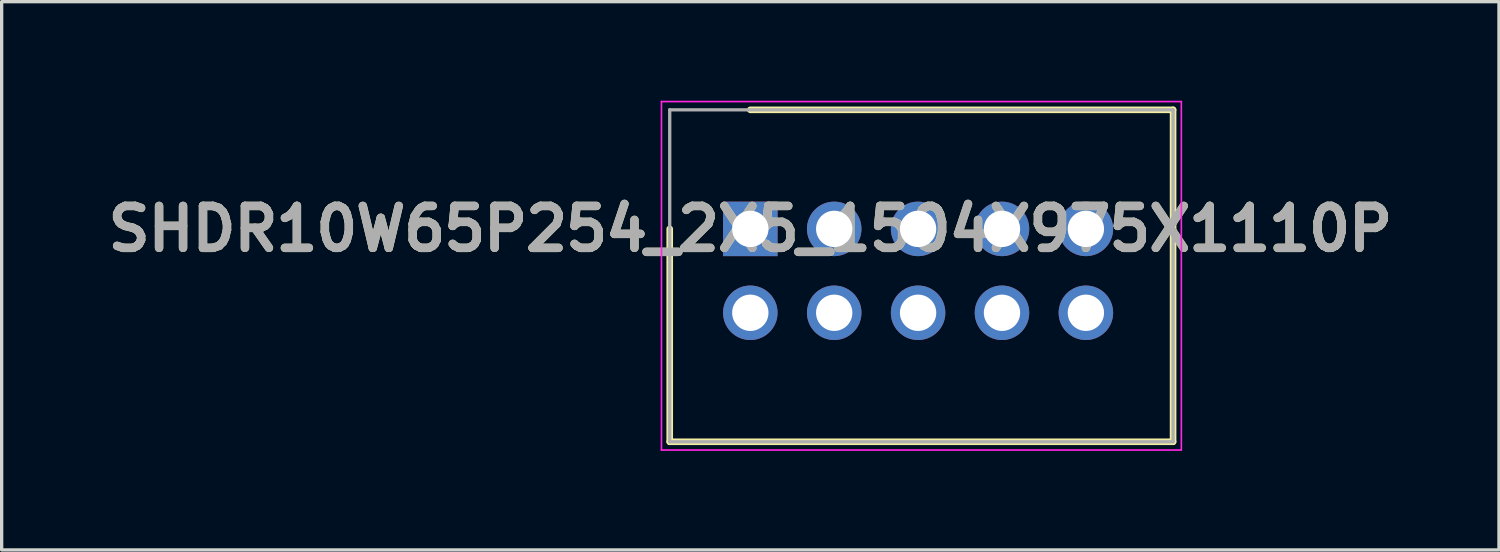
<source format=kicad_pcb>
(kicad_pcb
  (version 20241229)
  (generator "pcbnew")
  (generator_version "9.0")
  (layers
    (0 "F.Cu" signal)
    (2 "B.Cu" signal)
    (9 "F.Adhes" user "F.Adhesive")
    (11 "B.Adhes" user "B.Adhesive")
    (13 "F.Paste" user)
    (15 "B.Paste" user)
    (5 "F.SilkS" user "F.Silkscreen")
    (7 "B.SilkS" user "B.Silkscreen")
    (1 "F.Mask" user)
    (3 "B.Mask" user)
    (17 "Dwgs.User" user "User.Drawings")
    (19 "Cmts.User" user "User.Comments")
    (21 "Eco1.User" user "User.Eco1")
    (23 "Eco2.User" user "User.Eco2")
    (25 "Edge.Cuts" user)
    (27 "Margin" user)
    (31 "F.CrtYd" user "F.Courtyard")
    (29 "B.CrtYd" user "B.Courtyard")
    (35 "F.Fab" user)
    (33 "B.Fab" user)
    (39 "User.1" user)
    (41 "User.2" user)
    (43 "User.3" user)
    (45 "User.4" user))
  (footprint "SHDR10W65P254_2X5_1504X975X1110P"
    (layer "F.Cu")
    (at 19.667 3.88)
    (property "Reference" "SHDR10W65P254_2X5_1504X975X1110P" (at 0 0 0) (layer "F.SilkS") (effects (font (size 1.27 1.27) (thickness 0.254))))
    (attr through_hole)
    (fp_line (start -2.44 6.445) (end -2.44 0) (stroke (width 0.2) (type solid)) (layer "F.SilkS"))
    (fp_line (start 0 -3.605) (end 12.8 -3.605) (stroke (width 0.2) (type solid)) (layer "F.SilkS"))
    (fp_line (start 12.8 -3.605) (end 12.8 6.445) (stroke (width 0.2) (type solid)) (layer "F.SilkS"))
    (fp_line (start 12.8 6.445) (end -2.44 6.445) (stroke (width 0.2) (type solid)) (layer "F.SilkS"))
    (fp_line (start -2.69 -3.855) (end 13.05 -3.855) (stroke (width 0.05) (type solid)) (layer "F.CrtYd"))
    (fp_line (start -2.69 6.695) (end -2.69 -3.855) (stroke (width 0.05) (type solid)) (layer "F.CrtYd"))
    (fp_line (start 13.05 -3.855) (end 13.05 6.695) (stroke (width 0.05) (type solid)) (layer "F.CrtYd"))
    (fp_line (start 13.05 6.695) (end -2.69 6.695) (stroke (width 0.05) (type solid)) (layer "F.CrtYd"))
    (fp_line (start -2.44 -3.605) (end 12.8 -3.605) (stroke (width 0.1) (type solid)) (layer "F.Fab"))
    (fp_line (start -2.44 6.445) (end -2.44 -3.605) (stroke (width 0.1) (type solid)) (layer "F.Fab"))
    (fp_line (start 12.8 -3.605) (end 12.8 6.445) (stroke (width 0.1) (type solid)) (layer "F.Fab"))
    (fp_line (start 12.8 6.445) (end -2.44 6.445) (stroke (width 0.1) (type solid)) (layer "F.Fab"))
    (fp_text user "${REFERENCE}" (at 0 0 0) (layer "F.Fab") (effects (font (size 1.27 1.27) (thickness 0.254))))
    (pad "1" thru_hole rect (at 0 0) (size 1.65 1.65) (drill 1.1) (layers "*.Cu" "*.Mask"))
    (pad "2" thru_hole circle (at 0 2.54) (size 1.65 1.65) (drill 1.1) (layers "*.Cu" "*.Mask"))
    (pad "3" thru_hole circle (at 2.54 0) (size 1.65 1.65) (drill 1.1) (layers "*.Cu" "*.Mask"))
    (pad "4" thru_hole circle (at 2.54 2.54) (size 1.65 1.65) (drill 1.1) (layers "*.Cu" "*.Mask"))
    (pad "5" thru_hole circle (at 5.08 0) (size 1.65 1.65) (drill 1.1) (layers "*.Cu" "*.Mask"))
    (pad "6" thru_hole circle (at 5.08 2.54) (size 1.65 1.65) (drill 1.1) (layers "*.Cu" "*.Mask"))
    (pad "7" thru_hole circle (at 7.62 0) (size 1.65 1.65) (drill 1.1) (layers "*.Cu" "*.Mask"))
    (pad "8" thru_hole circle (at 7.62 2.54) (size 1.65 1.65) (drill 1.1) (layers "*.Cu" "*.Mask"))
    (pad "9" thru_hole circle (at 10.16 0) (size 1.65 1.65) (drill 1.1) (layers "*.Cu" "*.Mask"))
    (pad "10" thru_hole circle (at 10.16 2.54) (size 1.65 1.65) (drill 1.1) (layers "*.Cu" "*.Mask")))
  (gr_rect
    (start -3 -3)
    (end 42.334 13.6)
    (stroke (width 0.1) (type default))
    (fill no)
    (layer "Edge.Cuts")))
</source>
